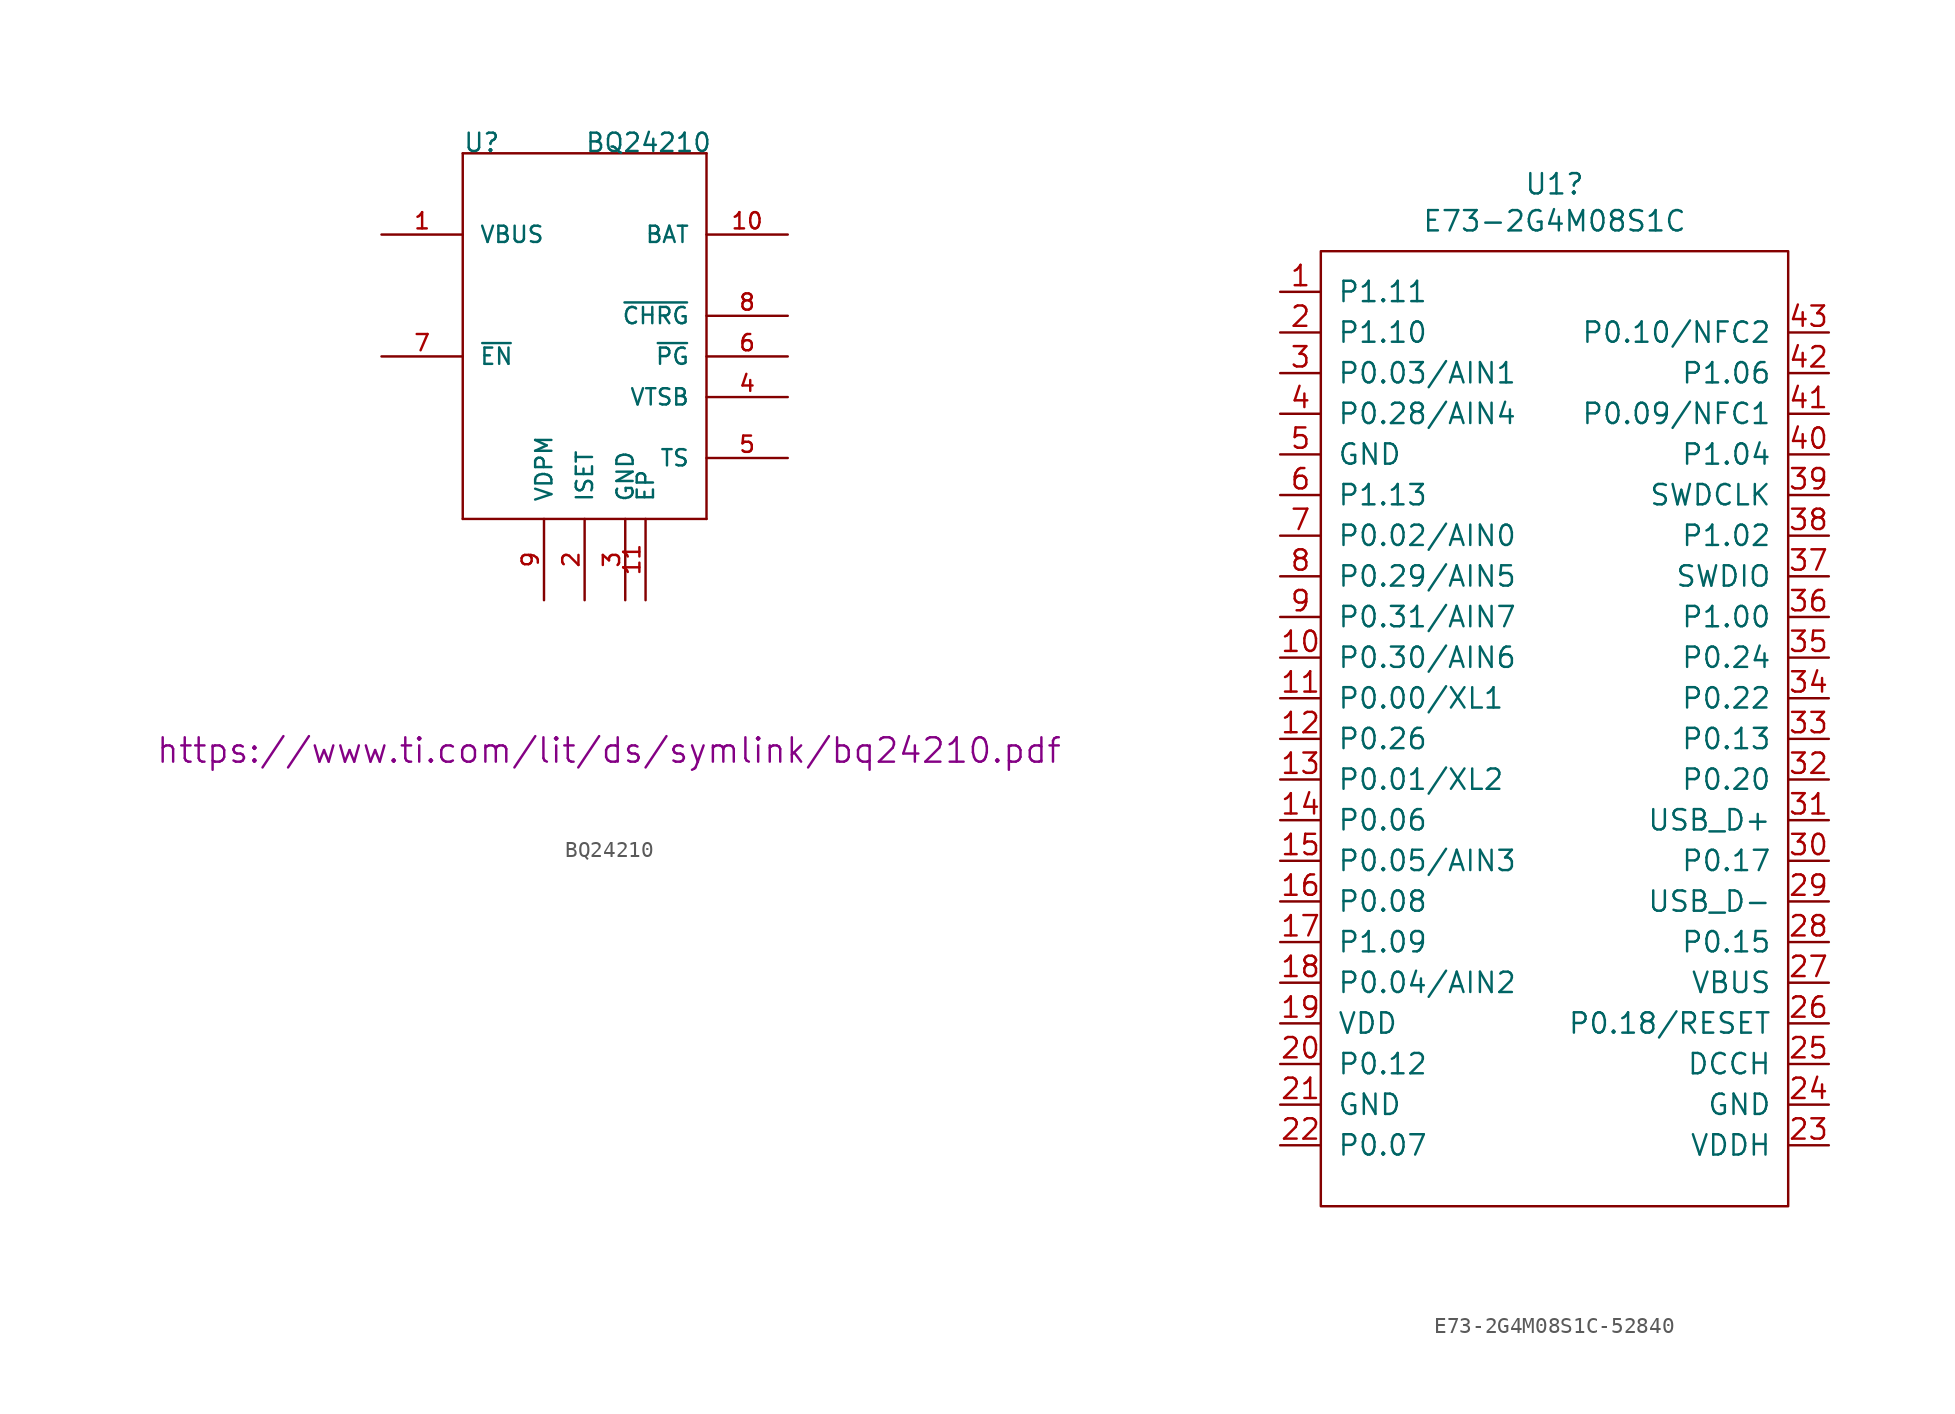
<source format=kicad_sym>
(kicad_symbol_lib
  (version 20231120)
  (generator "kicad_symbol_editor")
  (generator_version "8.0")
  (symbol "BQ24210"
    (pin_names
      (offset 1.016))
    (property "Reference" "U"
      (at -7.62 10.16 0)
      (effects (font (size 1.143 1.143)) (justify left bottom)))
    (property "Value" "BQ24210"
      (at 0 10.16 0)
      (effects (font (size 1.143 1.143)) (justify left bottom)))
    (property "Datasheet" "https://www.ti.com/lit/ds/symlink/bq24210.pdf"
      (at 1.524 -27.178 0)
      (effects (font (size 1.524 1.524))))
    (symbol "BQ24210_1_0"
      (polyline (pts (xy -7.62 -12.7) (xy -7.62 10.16)) (stroke (width 0) (type solid)) (fill (type none)))
      (polyline (pts (xy -7.62 10.16) (xy 7.62 10.16)) (stroke (width 0) (type solid)) (fill (type none)))
      (polyline (pts (xy 7.62 10.16) (xy 7.62 -12.7)) (stroke (width 0) (type solid)) (fill (type none)))
      (polyline (pts (xy 7.62 -12.7) (xy 0 -12.7) (xy -7.62 -12.7)) (stroke (width 0) (type solid)) (fill (type none))))
    (symbol "BQ24210_1_1"
      (pin power_in line (at -12.7 5.08 0) (length 5.08) (name "VBUS" (effects (font (size 1.016 1.016)))) (number "1" (effects (font (size 1.016 1.016)))))
      (pin power_out line (at 12.7 5.08 180) (length 5.08) (name "BAT" (effects (font (size 1.016 1.016)))) (number "10" (effects (font (size 1.016 1.016)))))
      (pin power_in line (at 3.81 -17.78 90) (length 5.08) (name "EP" (effects (font (size 1.016 1.016)))) (number "11" (effects (font (size 1.016 1.016)))))
      (pin input line (at 0 -17.78 90) (length 5.08) (name "ISET" (effects (font (size 1.016 1.016)))) (number "2" (effects (font (size 1.016 1.016)))))
      (pin power_in line (at 2.54 -17.78 90) (length 5.08) (name "GND" (effects (font (size 1.016 1.016)))) (number "3" (effects (font (size 1.016 1.016)))))
      (pin input line (at 12.7 -5.08 180) (length 5.08) (name "VTSB" (effects (font (size 1.016 1.016)))) (number "4" (effects (font (size 1.016 1.016)))))
      (pin input line (at 12.7 -8.89 180) (length 5.08) (name "TS" (effects (font (size 1.016 1.016)))) (number "5" (effects (font (size 1.016 1.016)))))
      (pin input line (at 12.7 -2.54 180) (length 5.08) (name "~{PG}" (effects (font (size 1.016 1.016)))) (number "6" (effects (font (size 1.016 1.016)))))
      (pin input line (at -12.7 -2.54 0) (length 5.08) (name "~{EN}" (effects (font (size 1.016 1.016)))) (number "7" (effects (font (size 1.016 1.016)))))
      (pin input line (at 12.7 0 180) (length 5.08) (name "~{CHRG}" (effects (font (size 1.016 1.016)))) (number "8" (effects (font (size 1.016 1.016)))))
      (pin input line (at -2.54 -17.78 90) (length 5.08) (name "VDPM" (effects (font (size 1.016 1.016)))) (number "9" (effects (font (size 1.016 1.016)))))))
  (symbol "E73-2G4M08S1C-52840"
    (pin_names
      (offset 1.016))
    (property "Reference" "U1"
      (at -0.635 34.671 0)
      (effects (font (size 1.27 1.27))))
    (property "Value" "E73-2G4M08S1C"
      (at -0.635 32.36 0)
      (effects (font (size 1.27 1.27))))
    (symbol "E73-2G4M08S1C-52840_0_1"
      (rectangle (start -15.24 30.48) (end 13.97 -29.21) (stroke (width 0) (type default)) (fill (type none))))
    (symbol "E73-2G4M08S1C-52840_1_1"
      (pin bidirectional line (at -17.78 27.94 0) (length 2.54) (name "P1.11" (effects (font (size 1.27 1.27)))) (number "1" (effects (font (size 1.27 1.27)))))
      (pin bidirectional line (at -17.78 5.08 0) (length 2.54) (name "P0.30/AIN6" (effects (font (size 1.27 1.27)))) (number "10" (effects (font (size 1.27 1.27)))))
      (pin bidirectional line (at -17.78 2.54 0) (length 2.54) (name "P0.00/XL1" (effects (font (size 1.27 1.27)))) (number "11" (effects (font (size 1.27 1.27)))))
      (pin bidirectional line (at -17.78 0 0) (length 2.54) (name "P0.26" (effects (font (size 1.27 1.27)))) (number "12" (effects (font (size 1.27 1.27)))))
      (pin bidirectional line (at -17.78 -2.54 0) (length 2.54) (name "P0.01/XL2" (effects (font (size 1.27 1.27)))) (number "13" (effects (font (size 1.27 1.27)))))
      (pin bidirectional line (at -17.78 -5.08 0) (length 2.54) (name "P0.06" (effects (font (size 1.27 1.27)))) (number "14" (effects (font (size 1.27 1.27)))))
      (pin bidirectional line (at -17.78 -7.62 0) (length 2.54) (name "P0.05/AIN3" (effects (font (size 1.27 1.27)))) (number "15" (effects (font (size 1.27 1.27)))))
      (pin bidirectional line (at -17.78 -10.16 0) (length 2.54) (name "P0.08" (effects (font (size 1.27 1.27)))) (number "16" (effects (font (size 1.27 1.27)))))
      (pin bidirectional line (at -17.78 -12.7 0) (length 2.54) (name "P1.09" (effects (font (size 1.27 1.27)))) (number "17" (effects (font (size 1.27 1.27)))))
      (pin bidirectional line (at -17.78 -15.24 0) (length 2.54) (name "P0.04/AIN2" (effects (font (size 1.27 1.27)))) (number "18" (effects (font (size 1.27 1.27)))))
      (pin power_in line (at -17.78 -17.78 0) (length 2.54) (name "VDD" (effects (font (size 1.27 1.27)))) (number "19" (effects (font (size 1.27 1.27)))))
      (pin bidirectional line (at -17.78 25.4 0) (length 2.54) (name "P1.10" (effects (font (size 1.27 1.27)))) (number "2" (effects (font (size 1.27 1.27)))))
      (pin bidirectional line (at -17.78 -20.32 0) (length 2.54) (name "P0.12" (effects (font (size 1.27 1.27)))) (number "20" (effects (font (size 1.27 1.27)))))
      (pin power_in line (at -17.78 -22.86 0) (length 2.54) (name "GND" (effects (font (size 1.27 1.27)))) (number "21" (effects (font (size 1.27 1.27)))))
      (pin bidirectional line (at -17.78 -25.4 0) (length 2.54) (name "P0.07" (effects (font (size 1.27 1.27)))) (number "22" (effects (font (size 1.27 1.27)))))
      (pin power_in line (at 16.51 -25.4 180) (length 2.54) (name "VDDH" (effects (font (size 1.27 1.27)))) (number "23" (effects (font (size 1.27 1.27)))))
      (pin power_in line (at 16.51 -22.86 180) (length 2.54) (name "GND" (effects (font (size 1.27 1.27)))) (number "24" (effects (font (size 1.27 1.27)))))
      (pin power_out line (at 16.51 -20.32 180) (length 2.54) (name "DCCH" (effects (font (size 1.27 1.27)))) (number "25" (effects (font (size 1.27 1.27)))))
      (pin input line (at 16.51 -17.78 180) (length 2.54) (name "P0.18/RESET" (effects (font (size 1.27 1.27)))) (number "26" (effects (font (size 1.27 1.27)))))
      (pin power_in line (at 16.51 -15.24 180) (length 2.54) (name "VBUS" (effects (font (size 1.27 1.27)))) (number "27" (effects (font (size 1.27 1.27)))))
      (pin power_in line (at 16.51 -12.7 180) (length 2.54) (name "P0.15" (effects (font (size 1.27 1.27)))) (number "28" (effects (font (size 1.27 1.27)))))
      (pin bidirectional line (at 16.51 -10.16 180) (length 2.54) (name "USB_D-" (effects (font (size 1.27 1.27)))) (number "29" (effects (font (size 1.27 1.27)))))
      (pin bidirectional line (at -17.78 22.86 0) (length 2.54) (name "P0.03/AIN1" (effects (font (size 1.27 1.27)))) (number "3" (effects (font (size 1.27 1.27)))))
      (pin bidirectional line (at 16.51 -7.62 180) (length 2.54) (name "P0.17" (effects (font (size 1.27 1.27)))) (number "30" (effects (font (size 1.27 1.27)))))
      (pin bidirectional line (at 16.51 -5.08 180) (length 2.54) (name "USB_D+" (effects (font (size 1.27 1.27)))) (number "31" (effects (font (size 1.27 1.27)))))
      (pin bidirectional line (at 16.51 -2.54 180) (length 2.54) (name "P0.20" (effects (font (size 1.27 1.27)))) (number "32" (effects (font (size 1.27 1.27)))))
      (pin bidirectional line (at 16.51 0 180) (length 2.54) (name "P0.13" (effects (font (size 1.27 1.27)))) (number "33" (effects (font (size 1.27 1.27)))))
      (pin bidirectional line (at 16.51 2.54 180) (length 2.54) (name "P0.22" (effects (font (size 1.27 1.27)))) (number "34" (effects (font (size 1.27 1.27)))))
      (pin bidirectional line (at 16.51 5.08 180) (length 2.54) (name "P0.24" (effects (font (size 1.27 1.27)))) (number "35" (effects (font (size 1.27 1.27)))))
      (pin bidirectional line (at 16.51 7.62 180) (length 2.54) (name "P1.00" (effects (font (size 1.27 1.27)))) (number "36" (effects (font (size 1.27 1.27)))))
      (pin bidirectional line (at 16.51 10.16 180) (length 2.54) (name "SWDIO" (effects (font (size 1.27 1.27)))) (number "37" (effects (font (size 1.27 1.27)))))
      (pin bidirectional line (at 16.51 12.7 180) (length 2.54) (name "P1.02" (effects (font (size 1.27 1.27)))) (number "38" (effects (font (size 1.27 1.27)))))
      (pin bidirectional line (at 16.51 15.24 180) (length 2.54) (name "SWDCLK" (effects (font (size 1.27 1.27)))) (number "39" (effects (font (size 1.27 1.27)))))
      (pin bidirectional line (at -17.78 20.32 0) (length 2.54) (name "P0.28/AIN4" (effects (font (size 1.27 1.27)))) (number "4" (effects (font (size 1.27 1.27)))))
      (pin bidirectional line (at 16.51 17.78 180) (length 2.54) (name "P1.04" (effects (font (size 1.27 1.27)))) (number "40" (effects (font (size 1.27 1.27)))))
      (pin bidirectional line (at 16.51 20.32 180) (length 2.54) (name "P0.09/NFC1" (effects (font (size 1.27 1.27)))) (number "41" (effects (font (size 1.27 1.27)))))
      (pin bidirectional line (at 16.51 22.86 180) (length 2.54) (name "P1.06" (effects (font (size 1.27 1.27)))) (number "42" (effects (font (size 1.27 1.27)))))
      (pin bidirectional line (at 16.51 25.4 180) (length 2.54) (name "P0.10/NFC2" (effects (font (size 1.27 1.27)))) (number "43" (effects (font (size 1.27 1.27)))))
      (pin power_in line (at -17.78 17.78 0) (length 2.54) (name "GND" (effects (font (size 1.27 1.27)))) (number "5" (effects (font (size 1.27 1.27)))))
      (pin bidirectional line (at -17.78 15.24 0) (length 2.54) (name "P1.13" (effects (font (size 1.27 1.27)))) (number "6" (effects (font (size 1.27 1.27)))))
      (pin bidirectional line (at -17.78 12.7 0) (length 2.54) (name "P0.02/AIN0" (effects (font (size 1.27 1.27)))) (number "7" (effects (font (size 1.27 1.27)))))
      (pin bidirectional line (at -17.78 10.16 0) (length 2.54) (name "P0.29/AIN5" (effects (font (size 1.27 1.27)))) (number "8" (effects (font (size 1.27 1.27)))))
      (pin bidirectional line (at -17.78 7.62 0) (length 2.54) (name "P0.31/AIN7" (effects (font (size 1.27 1.27)))) (number "9" (effects (font (size 1.27 1.27))))))))
</source>
